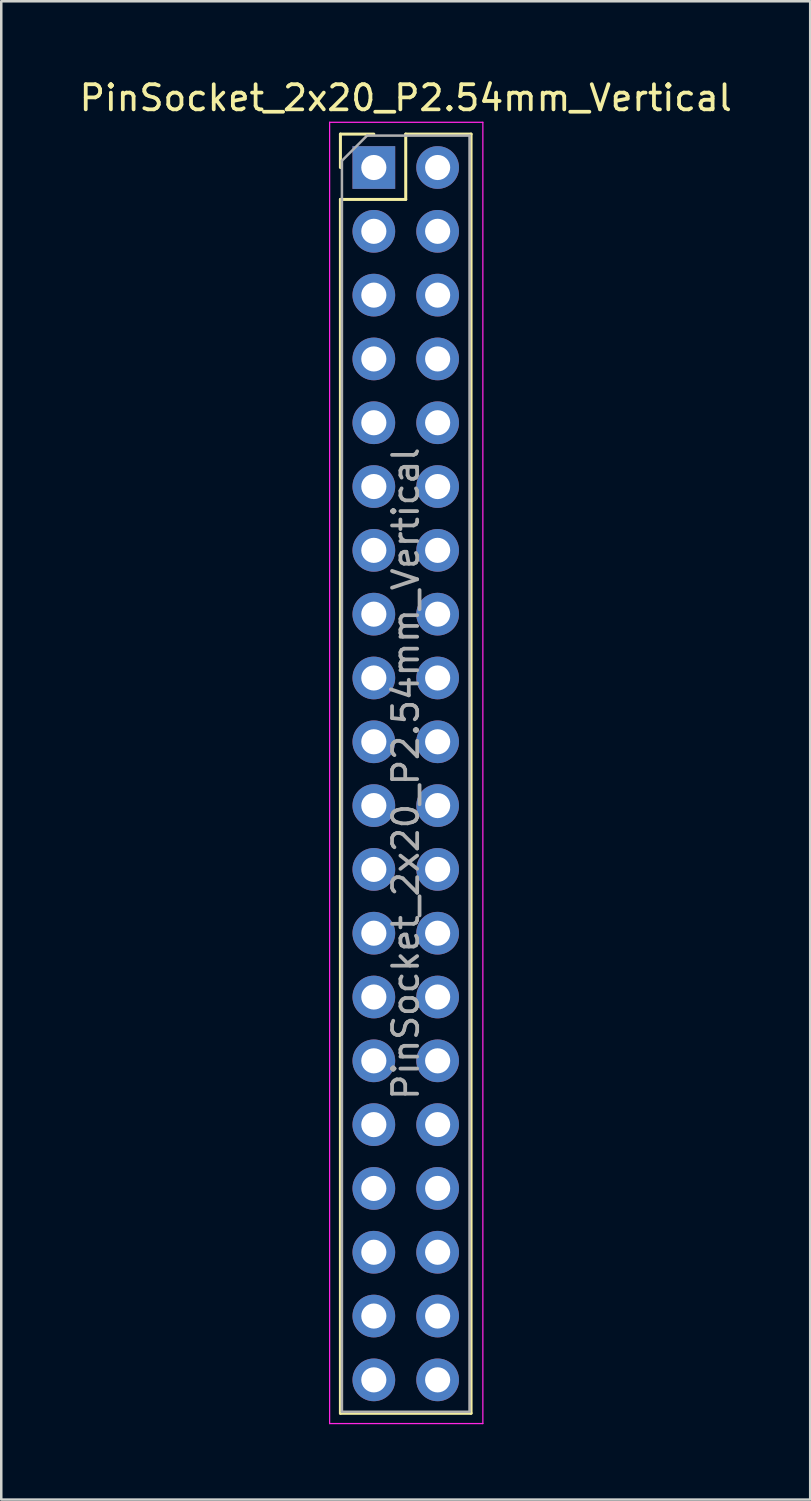
<source format=kicad_pcb>
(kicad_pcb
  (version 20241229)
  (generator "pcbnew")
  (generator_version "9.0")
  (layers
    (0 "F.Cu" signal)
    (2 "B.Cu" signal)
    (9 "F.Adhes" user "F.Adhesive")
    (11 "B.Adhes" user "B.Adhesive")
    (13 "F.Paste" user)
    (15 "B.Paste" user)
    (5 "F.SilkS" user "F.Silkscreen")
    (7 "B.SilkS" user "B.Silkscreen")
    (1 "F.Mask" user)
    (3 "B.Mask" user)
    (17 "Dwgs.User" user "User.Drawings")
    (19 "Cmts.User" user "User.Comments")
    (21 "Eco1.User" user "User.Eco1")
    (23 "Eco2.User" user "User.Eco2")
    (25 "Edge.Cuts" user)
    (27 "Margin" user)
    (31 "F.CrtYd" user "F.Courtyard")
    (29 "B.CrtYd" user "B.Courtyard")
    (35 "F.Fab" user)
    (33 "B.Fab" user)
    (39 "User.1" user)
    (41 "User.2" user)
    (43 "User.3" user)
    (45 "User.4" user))
  (footprint "PinSocket_2x20_P2.54mm_Vertical"
    (layer "F.Cu")
    (at 13.031 3.618)
    (property "Reference" "PinSocket_2x20_P2.54mm_Vertical" (at 0.07 -2.77 0) (layer "F.SilkS") (effects (font (size 1 1) (thickness 0.15))))
    (attr through_hole)
    (fp_line (start -2.53 -1.33) (end -2.53 0) (stroke (width 0.12) (type solid)) (layer "F.SilkS"))
    (fp_line (start -2.53 1.27) (end -2.53 49.59) (stroke (width 0.12) (type solid)) (layer "F.SilkS"))
    (fp_line (start -1.2 -1.33) (end -2.53 -1.33) (stroke (width 0.12) (type solid)) (layer "F.SilkS"))
    (fp_line (start 0.07 -1.33) (end 0.07 1.27) (stroke (width 0.12) (type solid)) (layer "F.SilkS"))
    (fp_line (start 0.07 1.27) (end -2.53 1.27) (stroke (width 0.12) (type solid)) (layer "F.SilkS"))
    (fp_line (start 2.67 -1.33) (end 0.07 -1.33) (stroke (width 0.12) (type solid)) (layer "F.SilkS"))
    (fp_line (start 2.67 -1.33) (end 2.67 49.59) (stroke (width 0.12) (type solid)) (layer "F.SilkS"))
    (fp_line (start 2.67 49.59) (end -2.53 49.59) (stroke (width 0.12) (type solid)) (layer "F.SilkS"))
    (fp_line (start -2.96 -1.8) (end -2.96 50) (stroke (width 0.05) (type solid)) (layer "F.CrtYd"))
    (fp_line (start -2.96 50) (end 3.14 50) (stroke (width 0.05) (type solid)) (layer "F.CrtYd"))
    (fp_line (start 3.14 -1.8) (end -2.96 -1.8) (stroke (width 0.05) (type solid)) (layer "F.CrtYd"))
    (fp_line (start 3.14 50) (end 3.14 -1.8) (stroke (width 0.05) (type solid)) (layer "F.CrtYd"))
    (fp_line (start -2.47 -0.27) (end -2.47 49.53) (stroke (width 0.1) (type solid)) (layer "F.Fab"))
    (fp_line (start -2.47 49.53) (end 2.61 49.53) (stroke (width 0.1) (type solid)) (layer "F.Fab"))
    (fp_line (start -1.47 -1.27) (end -2.47 -0.27) (stroke (width 0.1) (type solid)) (layer "F.Fab"))
    (fp_line (start 2.61 -1.27) (end -1.47 -1.27) (stroke (width 0.1) (type solid)) (layer "F.Fab"))
    (fp_line (start 2.61 49.53) (end 2.61 -1.27) (stroke (width 0.1) (type solid)) (layer "F.Fab"))
    (fp_text user "${REFERENCE}" (at 0.07 24.13 90) (layer "F.Fab") (effects (font (size 1 1) (thickness 0.15))))
    (pad "1" thru_hole rect (at -1.2 0) (size 1.7 1.7) (drill 1) (layers "*.Cu" "*.Mask"))
    (pad "2" thru_hole oval (at 1.34 0) (size 1.7 1.7) (drill 1) (layers "*.Cu" "*.Mask"))
    (pad "3" thru_hole oval (at -1.2 2.54) (size 1.7 1.7) (drill 1) (layers "*.Cu" "*.Mask"))
    (pad "4" thru_hole oval (at 1.34 2.54) (size 1.7 1.7) (drill 1) (layers "*.Cu" "*.Mask"))
    (pad "5" thru_hole oval (at -1.2 5.08) (size 1.7 1.7) (drill 1) (layers "*.Cu" "*.Mask"))
    (pad "6" thru_hole oval (at 1.34 5.08) (size 1.7 1.7) (drill 1) (layers "*.Cu" "*.Mask"))
    (pad "7" thru_hole oval (at -1.2 7.62) (size 1.7 1.7) (drill 1) (layers "*.Cu" "*.Mask"))
    (pad "8" thru_hole oval (at 1.34 7.62) (size 1.7 1.7) (drill 1) (layers "*.Cu" "*.Mask"))
    (pad "9" thru_hole oval (at -1.2 10.16) (size 1.7 1.7) (drill 1) (layers "*.Cu" "*.Mask"))
    (pad "10" thru_hole oval (at 1.34 10.16) (size 1.7 1.7) (drill 1) (layers "*.Cu" "*.Mask"))
    (pad "11" thru_hole oval (at -1.2 12.7) (size 1.7 1.7) (drill 1) (layers "*.Cu" "*.Mask"))
    (pad "12" thru_hole oval (at 1.34 12.7) (size 1.7 1.7) (drill 1) (layers "*.Cu" "*.Mask"))
    (pad "13" thru_hole oval (at -1.2 15.24) (size 1.7 1.7) (drill 1) (layers "*.Cu" "*.Mask"))
    (pad "14" thru_hole oval (at 1.34 15.24) (size 1.7 1.7) (drill 1) (layers "*.Cu" "*.Mask"))
    (pad "15" thru_hole oval (at -1.2 17.78) (size 1.7 1.7) (drill 1) (layers "*.Cu" "*.Mask"))
    (pad "16" thru_hole oval (at 1.34 17.78) (size 1.7 1.7) (drill 1) (layers "*.Cu" "*.Mask"))
    (pad "17" thru_hole oval (at -1.2 20.32) (size 1.7 1.7) (drill 1) (layers "*.Cu" "*.Mask"))
    (pad "18" thru_hole oval (at 1.34 20.32) (size 1.7 1.7) (drill 1) (layers "*.Cu" "*.Mask"))
    (pad "19" thru_hole oval (at -1.2 22.86) (size 1.7 1.7) (drill 1) (layers "*.Cu" "*.Mask"))
    (pad "20" thru_hole oval (at 1.34 22.86) (size 1.7 1.7) (drill 1) (layers "*.Cu" "*.Mask"))
    (pad "21" thru_hole oval (at -1.2 25.4) (size 1.7 1.7) (drill 1) (layers "*.Cu" "*.Mask"))
    (pad "22" thru_hole oval (at 1.34 25.4) (size 1.7 1.7) (drill 1) (layers "*.Cu" "*.Mask"))
    (pad "23" thru_hole oval (at -1.2 27.94) (size 1.7 1.7) (drill 1) (layers "*.Cu" "*.Mask"))
    (pad "24" thru_hole oval (at 1.34 27.94) (size 1.7 1.7) (drill 1) (layers "*.Cu" "*.Mask"))
    (pad "25" thru_hole oval (at -1.2 30.48) (size 1.7 1.7) (drill 1) (layers "*.Cu" "*.Mask"))
    (pad "26" thru_hole oval (at 1.34 30.48) (size 1.7 1.7) (drill 1) (layers "*.Cu" "*.Mask"))
    (pad "27" thru_hole oval (at -1.2 33.02) (size 1.7 1.7) (drill 1) (layers "*.Cu" "*.Mask"))
    (pad "28" thru_hole oval (at 1.34 33.02) (size 1.7 1.7) (drill 1) (layers "*.Cu" "*.Mask"))
    (pad "29" thru_hole oval (at -1.2 35.56) (size 1.7 1.7) (drill 1) (layers "*.Cu" "*.Mask"))
    (pad "30" thru_hole oval (at 1.34 35.56) (size 1.7 1.7) (drill 1) (layers "*.Cu" "*.Mask"))
    (pad "31" thru_hole oval (at -1.2 38.1) (size 1.7 1.7) (drill 1) (layers "*.Cu" "*.Mask"))
    (pad "32" thru_hole oval (at 1.34 38.1) (size 1.7 1.7) (drill 1) (layers "*.Cu" "*.Mask"))
    (pad "33" thru_hole oval (at -1.2 40.64) (size 1.7 1.7) (drill 1) (layers "*.Cu" "*.Mask"))
    (pad "34" thru_hole oval (at 1.34 40.64) (size 1.7 1.7) (drill 1) (layers "*.Cu" "*.Mask"))
    (pad "35" thru_hole oval (at -1.2 43.18) (size 1.7 1.7) (drill 1) (layers "*.Cu" "*.Mask"))
    (pad "36" thru_hole oval (at 1.34 43.18) (size 1.7 1.7) (drill 1) (layers "*.Cu" "*.Mask"))
    (pad "37" thru_hole oval (at -1.2 45.72) (size 1.7 1.7) (drill 1) (layers "*.Cu" "*.Mask"))
    (pad "38" thru_hole oval (at 1.34 45.72) (size 1.7 1.7) (drill 1) (layers "*.Cu" "*.Mask"))
    (pad "39" thru_hole oval (at -1.2 48.26) (size 1.7 1.7) (drill 1) (layers "*.Cu" "*.Mask"))
    (pad "40" thru_hole oval (at 1.34 48.26) (size 1.7 1.7) (drill 1) (layers "*.Cu" "*.Mask")))
  (gr_rect
    (start -3 -3)
    (end 29.202 56.643)
    (stroke (width 0.1) (type default))
    (fill no)
    (layer "Edge.Cuts")))
</source>
